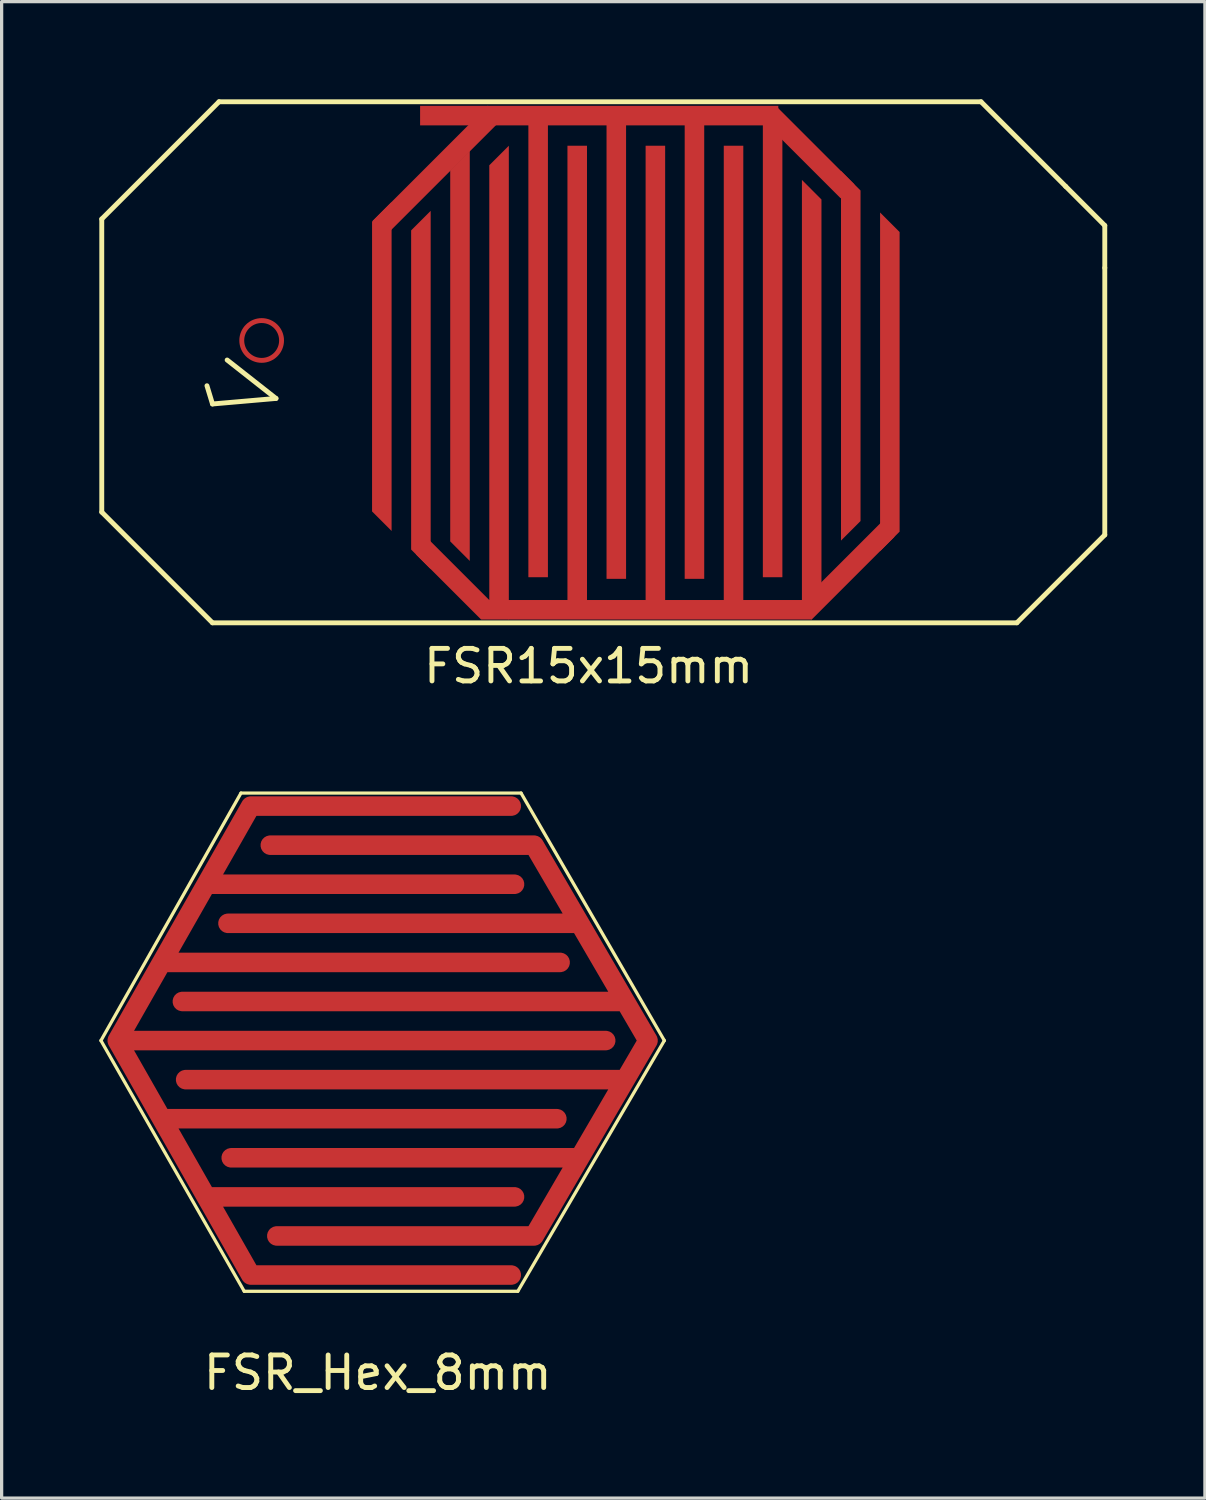
<source format=kicad_pcb>
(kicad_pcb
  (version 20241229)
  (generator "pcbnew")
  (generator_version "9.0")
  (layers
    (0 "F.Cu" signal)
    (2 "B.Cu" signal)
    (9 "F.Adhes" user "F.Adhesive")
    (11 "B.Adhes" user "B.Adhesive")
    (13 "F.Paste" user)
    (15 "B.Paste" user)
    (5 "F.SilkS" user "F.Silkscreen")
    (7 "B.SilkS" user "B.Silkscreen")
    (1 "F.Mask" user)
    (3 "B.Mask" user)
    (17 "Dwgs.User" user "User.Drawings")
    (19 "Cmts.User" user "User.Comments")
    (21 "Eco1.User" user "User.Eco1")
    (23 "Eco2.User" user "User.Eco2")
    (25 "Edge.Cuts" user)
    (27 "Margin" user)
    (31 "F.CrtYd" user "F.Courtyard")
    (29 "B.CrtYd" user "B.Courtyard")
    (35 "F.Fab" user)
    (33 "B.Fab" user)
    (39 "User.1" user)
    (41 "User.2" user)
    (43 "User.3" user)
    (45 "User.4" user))
  (footprint "FSR15x15mm"
    (layer "F.Cu")
    (at 4.985 7.405)
    (property "Reference" "FSR15x15mm" (at 10.04 10 180) (layer "F.SilkS") (effects (font (size 1 1) (thickness 0.15))))
    (attr through_hole)
    (fp_circle (center 0 0) (end 0.611 0) (stroke (width 0.15) (type solid)) (fill no) (layer "F.Cu"))
    (fp_line (start -4.91 -3.73) (end -4.91 5.27) (stroke (width 0.15) (type solid)) (layer "F.SilkS"))
    (fp_line (start -4.91 5.27) (end -1.51 8.67) (stroke (width 0.15) (type solid)) (layer "F.SilkS"))
    (fp_line (start -1.51 1.95) (end -1.68 1.39) (stroke (width 0.15) (type solid)) (layer "F.SilkS"))
    (fp_line (start -1.51 8.67) (end 23.19 8.67) (stroke (width 0.15) (type solid)) (layer "F.SilkS"))
    (fp_line (start -1.31 -7.33) (end -4.91 -3.73) (stroke (width 0.15) (type solid)) (layer "F.SilkS"))
    (fp_line (start -1.06 0.6) (end 0.44 1.78) (stroke (width 0.15) (type solid)) (layer "F.SilkS"))
    (fp_line (start 0.44 1.78) (end -1.51 1.95) (stroke (width 0.15) (type solid)) (layer "F.SilkS"))
    (fp_line (start 22.09 -7.33) (end -1.31 -7.33) (stroke (width 0.15) (type solid)) (layer "F.SilkS"))
    (fp_line (start 22.09 -7.33) (end 24.69 -4.73) (stroke (width 0.15) (type solid)) (layer "F.SilkS"))
    (fp_line (start 23.19 8.67) (end 25.89 5.97) (stroke (width 0.15) (type solid)) (layer "F.SilkS"))
    (fp_line (start 24.69 -4.73) (end 25.89 -3.53) (stroke (width 0.15) (type solid)) (layer "F.SilkS"))
    (fp_line (start 25.89 -3.53) (end 25.89 -2.23) (stroke (width 0.15) (type solid)) (layer "F.SilkS"))
    (fp_line (start 25.89 -2.23) (end 25.89 5.97) (stroke (width 0.15) (type solid)) (layer "F.SilkS"))
    (pad "1" smd trapezoid (at 3.69 0.8 180) (size 0.6 9.5) (rect_delta 0.6 0) (layers "F.Cu" "F.Mask" "F.Paste"))
    (pad "1" smd rect (at 5.39 -5.23 315) (size 0.6 5) (layers "F.Cu" "F.Mask" "F.Paste"))
    (pad "1" smd trapezoid (at 6.09 0.47 180) (size 0.6 12) (rect_delta 0.6 0) (layers "F.Cu" "F.Mask" "F.Paste"))
    (pad "1" smd rect (at 8.49 0.27 180) (size 0.6 14) (layers "F.Cu" "F.Mask" "F.Paste"))
    (pad "1" smd rect (at 10.365 -6.905) (size 11 0.6) (layers "F.Cu" "F.Mask" "F.Paste"))
    (pad "1" smd rect (at 10.89 0.07) (size 0.6 14.5) (layers "F.Cu" "F.Mask" "F.Paste"))
    (pad "1" smd rect (at 13.29 0.07) (size 0.6 14.5) (layers "F.Cu" "F.Mask" "F.Paste"))
    (pad "1" smd rect (at 15.69 0.27) (size 0.6 14) (layers "F.Cu" "F.Mask" "F.Paste"))
    (pad "1" smd rect (at 16.79 -5.78 45) (size 0.6 3.4) (layers "F.Cu" "F.Mask" "F.Paste"))
    (pad "1" smd trapezoid (at 18.09 0.47) (size 0.6 10.75) (rect_delta 0.6 0) (layers "F.Cu" "F.Mask" "F.Paste"))
    (pad "2" smd trapezoid (at 4.89 1.52 180) (size 0.6 10.4) (rect_delta 0.6 0) (layers "F.Cu" "F.Mask" "F.Paste"))
    (pad "2" smd rect (at 5.952 7.358 225) (size 0.6 2.829) (layers "F.Cu" "F.Mask" "F.Paste"))
    (pad "2" smd trapezoid (at 7.29 1.295 180) (size 0.6 13.95) (rect_delta 0.6 0) (layers "F.Cu" "F.Mask" "F.Paste"))
    (pad "2" smd rect (at 9.69 1.27) (size 0.6 14.5) (layers "F.Cu" "F.Mask" "F.Paste"))
    (pad "2" smd rect (at 11.82 8.27 180) (size 10.15 0.6) (layers "F.Cu" "F.Mask" "F.Paste"))
    (pad "2" smd rect (at 12.09 1.27) (size 0.6 14.5) (layers "F.Cu" "F.Mask" "F.Paste"))
    (pad "2" smd rect (at 14.49 1.27) (size 0.6 14.5) (layers "F.Cu" "F.Mask" "F.Paste"))
    (pad "2" smd trapezoid (at 16.89 1.77) (size 0.6 12.8) (rect_delta 0.6 0) (layers "F.Cu" "F.Mask" "F.Paste"))
    (pad "2" smd rect (at 17.95 7.085 135) (size 0.6 3.6) (layers "F.Cu" "F.Mask" "F.Paste"))
    (pad "2" smd trapezoid (at 19.29 1.27) (size 0.6 9.8) (rect_delta 0.6 0) (layers "F.Cu" "F.Mask" "F.Paste")))
  (footprint "FSR_Hex_8mm"
    (layer "F.Cu")
    (at 8.55 28.903)
    (property "Reference" "FSR_Hex_8mm" (at 0 10.2 180) (layer "F.SilkS") (effects (font (size 1 1) (thickness 0.15))))
    (attr through_hole)
    (fp_line (start -8.5 0) (end -4.1 7.7) (stroke (width 0.1) (type solid)) (layer "F.SilkS"))
    (fp_line (start -4.2 -7.6) (end -8.5 0) (stroke (width 0.1) (type solid)) (layer "F.SilkS"))
    (fp_line (start -4.1 7.7) (end 4.3 7.7) (stroke (width 0.1) (type solid)) (layer "F.SilkS"))
    (fp_line (start 4.3 7.7) (end 8.8 0) (stroke (width 0.1) (type solid)) (layer "F.SilkS"))
    (fp_line (start 4.4 -7.6) (end -4.2 -7.6) (stroke (width 0.1) (type solid)) (layer "F.SilkS"))
    (fp_line (start 8.8 0) (end 4.4 -7.6) (stroke (width 0.1) (type solid)) (layer "F.SilkS"))
    (pad "1" smd custom (at -7.8 0) (size 0.6 0.6) (layers "F.Cu" "F.Mask" "F.Paste") (options (anchor circle)) (primitives (gr_line (start 3.9 7.2) (end -0.2 0) (width 0.6)) (gr_line (start 3.9 7.2) (end 11.9 7.2) (width 0.6)) (gr_line (start 3.9 -7.2) (end 11.9 -7.2) (width 0.6)) (gr_line (start 2.6 -4.8) (end 12 -4.8) (width 0.6)) (gr_line (start 1.2 -2.4) (end 13.4 -2.4) (width 0.6)) (gr_line (start -0.2 0) (end 3.9 -7.2) (width 0.6)) (gr_line (start -0.1 0) (end 14.8 0) (width 0.6)) (gr_line (start 1.3 2.4) (end 13.3 2.4) (width 0.6)) (gr_line (start 2.7 4.8) (end 12 4.8) (width 0.6))))
    (pad "2" smd custom (at 8.3 0) (size 0.5 0.5) (layers "F.Cu" "F.Mask" "F.Paste") (options (anchor circle)) (primitives (gr_line (start -3.5 6) (end -11.4 6) (width 0.6)) (gr_line (start -3.5 -6) (end -11.6 -6) (width 0.6)) (gr_line (start -2.1 -3.6) (end -12.9 -3.6) (width 0.6)) (gr_line (start -0.8 1.2) (end -14.2 1.2) (width 0.6)) (gr_line (start -2.2 3.6) (end -12.8 3.6) (width 0.6)) (gr_line (start -3.5 -6) (end 0 0) (width 0.6)) (gr_line (start 0 0) (end -3.5 6) (width 0.6)) (gr_line (start -0.8 -1.2) (end -14.3 -1.2) (width 0.6)))))
  (gr_rect
    (start -3 -3)
    (end 33.95 42.952)
    (stroke (width 0.1) (type default))
    (fill no)
    (layer "Edge.Cuts")))
</source>
